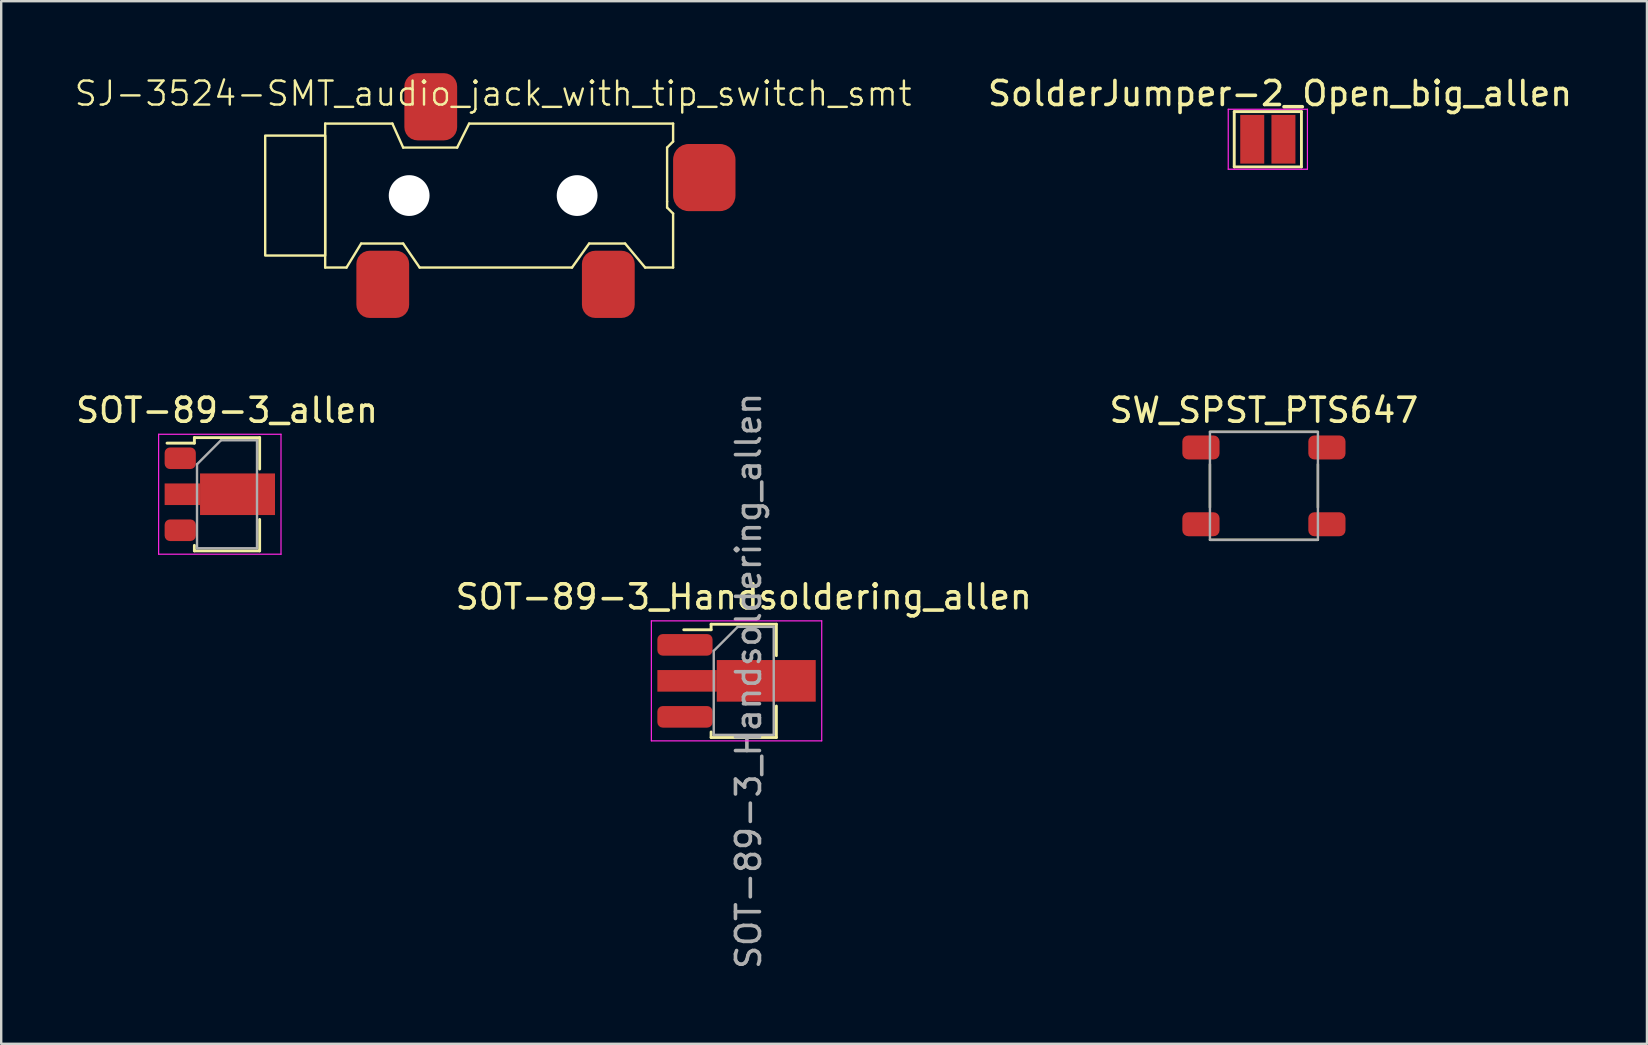
<source format=kicad_pcb>
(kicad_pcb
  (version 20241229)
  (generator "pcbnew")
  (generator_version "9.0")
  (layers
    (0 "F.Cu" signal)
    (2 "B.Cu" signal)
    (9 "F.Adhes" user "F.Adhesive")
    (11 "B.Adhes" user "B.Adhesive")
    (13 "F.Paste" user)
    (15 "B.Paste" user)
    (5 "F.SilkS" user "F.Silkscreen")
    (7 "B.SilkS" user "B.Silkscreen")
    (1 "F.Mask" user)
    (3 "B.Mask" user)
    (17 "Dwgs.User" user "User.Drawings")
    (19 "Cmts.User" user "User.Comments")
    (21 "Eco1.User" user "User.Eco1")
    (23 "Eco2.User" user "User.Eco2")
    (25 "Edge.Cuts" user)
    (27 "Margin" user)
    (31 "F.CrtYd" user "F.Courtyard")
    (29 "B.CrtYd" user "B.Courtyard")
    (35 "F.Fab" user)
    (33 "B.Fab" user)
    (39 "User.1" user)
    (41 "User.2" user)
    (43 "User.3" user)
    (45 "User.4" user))
  (footprint "SJ-3524-SMT_audio_jack_with_tip_switch_smt"
    (layer "F.Cu")
    (at 10.502 5.1)
    (property "Reference" "SJ-3524-SMT_audio_jack_with_tip_switch_smt" (at 7 -4.25 0) (unlocked yes) (layer "F.SilkS") (effects (font (size 1 1) (thickness 0.1))))
    (attr smd)
    (fp_line (start 0 -3) (end 2.8 -3) (stroke (width 0.1) (type default)) (layer "F.SilkS"))
    (fp_line (start 0 3) (end 0 -3) (stroke (width 0.1) (type default)) (layer "F.SilkS"))
    (fp_line (start 0 3) (end 0.889 3) (stroke (width 0.1) (type default)) (layer "F.SilkS"))
    (fp_line (start 0.889 3) (end 1.5 2) (stroke (width 0.1) (type default)) (layer "F.SilkS"))
    (fp_line (start 1.5 2) (end 3.25 2) (stroke (width 0.1) (type default)) (layer "F.SilkS"))
    (fp_line (start 2.8 -3) (end 3.25 -2) (stroke (width 0.1) (type default)) (layer "F.SilkS"))
    (fp_line (start 3.25 -2) (end 5.5 -2) (stroke (width 0.1) (type default)) (layer "F.SilkS"))
    (fp_line (start 3.25 2) (end 3.937 3) (stroke (width 0.1) (type default)) (layer "F.SilkS"))
    (fp_line (start 3.937 3) (end 10.287 3) (stroke (width 0.1) (type default)) (layer "F.SilkS"))
    (fp_line (start 5.5 -2) (end 6 -3) (stroke (width 0.1) (type default)) (layer "F.SilkS"))
    (fp_line (start 10.287 3) (end 11 2) (stroke (width 0.1) (type default)) (layer "F.SilkS"))
    (fp_line (start 11 2) (end 12.5 2) (stroke (width 0.1) (type default)) (layer "F.SilkS"))
    (fp_line (start 12.5 2) (end 13.335 3) (stroke (width 0.1) (type default)) (layer "F.SilkS"))
    (fp_line (start 14.25 -2) (end 14.25 0.25) (stroke (width 0.1) (type default)) (layer "F.SilkS"))
    (fp_line (start 14.25 0.25) (end 14.25 0.5) (stroke (width 0.1) (type default)) (layer "F.SilkS"))
    (fp_line (start 14.25 0.5) (end 14.5 0.75) (stroke (width 0.1) (type default)) (layer "F.SilkS"))
    (fp_line (start 14.5 -3) (end 6 -3) (stroke (width 0.1) (type default)) (layer "F.SilkS"))
    (fp_line (start 14.5 -2.25) (end 14.25 -2) (stroke (width 0.1) (type default)) (layer "F.SilkS"))
    (fp_line (start 14.5 -2.25) (end 14.5 -3) (stroke (width 0.1) (type default)) (layer "F.SilkS"))
    (fp_line (start 14.5 0.75) (end 14.5 3) (stroke (width 0.1) (type default)) (layer "F.SilkS"))
    (fp_line (start 14.5 3) (end 13.335 3) (stroke (width 0.1) (type default)) (layer "F.SilkS"))
    (fp_rect (start -2.5 -2.5) (end 0 2.5) (stroke (width 0.1) (type default)) (fill no) (layer "F.SilkS"))
    (pad "" np_thru_hole circle (at 3.5 0) (size 1.7 1.7) (drill 1.7) (layers "*.Cu" "*.Mask"))
    (pad "" np_thru_hole circle (at 10.5 0) (size 1.7 1.7) (drill 1.7) (layers "*.Cu" "*.Mask"))
    (pad "R" smd roundrect (at 4.4 -3.7) (size 2.2 2.8) (layers "F.Cu" "F.Mask" "F.Paste") (roundrect_rratio 0.25))
    (pad "S" smd roundrect (at 2.4 3.7) (size 2.2 2.8) (layers "F.Cu" "F.Mask" "F.Paste") (roundrect_rratio 0.25))
    (pad "T" smd roundrect (at 11.8 3.7) (size 2.2 2.8) (layers "F.Cu" "F.Mask" "F.Paste") (roundrect_rratio 0.25))
    (pad "TN" smd roundrect (at 15.8 -0.75) (size 2.6 2.8) (layers "F.Cu" "F.Mask" "F.Paste") (roundrect_rratio 0.25)))
  (footprint "SolderJumper-2_Open_big_allen"
    (layer "F.Cu")
    (at 49.788 2.753)
    (property "Reference" "SolderJumper-2_Open_big_allen" (at 0.508 -1.905 0) (layer "F.SilkS") (effects (font (size 1 1) (thickness 0.15))))
    (attr exclude_from_pos_files exclude_from_bom)
    (fp_line (start -1.4 -1.152) (end 1.4 -1.152) (stroke (width 0.12) (type solid)) (layer "F.SilkS"))
    (fp_line (start -1.4 1.152) (end -1.4 -1.152) (stroke (width 0.12) (type solid)) (layer "F.SilkS"))
    (fp_line (start 1.4 -1.152) (end 1.4 1.152) (stroke (width 0.12) (type solid)) (layer "F.SilkS"))
    (fp_line (start 1.4 1.152) (end -1.4 1.152) (stroke (width 0.12) (type solid)) (layer "F.SilkS"))
    (fp_line (start -1.65 -1.25) (end -1.65 1.25) (stroke (width 0.05) (type solid)) (layer "F.CrtYd"))
    (fp_line (start -1.65 -1.25) (end 1.65 -1.25) (stroke (width 0.05) (type solid)) (layer "F.CrtYd"))
    (fp_line (start 1.65 1.25) (end -1.65 1.25) (stroke (width 0.05) (type solid)) (layer "F.CrtYd"))
    (fp_line (start 1.65 1.25) (end 1.65 -1.25) (stroke (width 0.05) (type solid)) (layer "F.CrtYd"))
    (pad "1" smd rect (at -0.65 0) (size 1 2.032) (layers "F.Cu" "F.Mask"))
    (pad "2" smd rect (at 0.65 0) (size 1 2.032) (layers "F.Cu" "F.Mask")))
  (footprint "SOT-89-3_allen"
    (layer "F.Cu")
    (at 6.111 17.548)
    (property "Reference" "SOT-89-3_allen" (at 0.3 -3.5 0) (layer "F.SilkS") (effects (font (size 1 1) (thickness 0.15))))
    (attr smd)
    (fp_line (start -2.2 -2.13) (end -1.06 -2.13) (stroke (width 0.12) (type solid)) (layer "F.SilkS"))
    (fp_line (start -1.06 -2.36) (end -1.06 -2.13) (stroke (width 0.12) (type solid)) (layer "F.SilkS"))
    (fp_line (start -1.06 -2.36) (end 1.66 -2.36) (stroke (width 0.12) (type solid)) (layer "F.SilkS"))
    (fp_line (start -1.06 2.36) (end -1.06 2.13) (stroke (width 0.12) (type solid)) (layer "F.SilkS"))
    (fp_line (start 1.66 -2.36) (end 1.66 -1.05) (stroke (width 0.12) (type solid)) (layer "F.SilkS"))
    (fp_line (start 1.66 1.05) (end 1.66 2.36) (stroke (width 0.12) (type solid)) (layer "F.SilkS"))
    (fp_line (start 1.66 2.36) (end -1.06 2.36) (stroke (width 0.12) (type solid)) (layer "F.SilkS"))
    (fp_line (start -2.55 2.5) (end -2.55 -2.5) (stroke (width 0.05) (type solid)) (layer "F.CrtYd"))
    (fp_line (start -2.55 2.5) (end 2.55 2.5) (stroke (width 0.05) (type solid)) (layer "F.CrtYd"))
    (fp_line (start 2.55 -2.5) (end -2.55 -2.5) (stroke (width 0.05) (type solid)) (layer "F.CrtYd"))
    (fp_line (start 2.55 -2.5) (end 2.55 2.5) (stroke (width 0.05) (type solid)) (layer "F.CrtYd"))
    (fp_line (start -0.95 -1.25) (end 0.05 -2.25) (stroke (width 0.1) (type solid)) (layer "F.Fab"))
    (fp_line (start -0.95 2.25) (end -0.95 -1.25) (stroke (width 0.1) (type solid)) (layer "F.Fab"))
    (fp_line (start 0.05 -2.25) (end 1.55 -2.25) (stroke (width 0.1) (type solid)) (layer "F.Fab"))
    (fp_line (start 1.55 -2.25) (end 1.55 2.25) (stroke (width 0.1) (type solid)) (layer "F.Fab"))
    (fp_line (start 1.55 2.25) (end -0.95 2.25) (stroke (width 0.1) (type solid)) (layer "F.Fab"))
    (pad "1" smd roundrect (at -1.65 -1.5) (size 1.3 0.9) (layers "F.Cu" "F.Mask" "F.Paste") (roundrect_rratio 0.25))
    (pad "2" smd custom (at -1.562 0) (size 1.475 0.9) (layers "F.Cu" "F.Mask" "F.Paste") (options (anchor rect)) (primitives (gr_poly (pts (xy 3.862 0.867) (xy 0.738 0.867) (xy 0.738 -0.867) (xy 3.862 -0.867)) (width 0) (fill yes))))
    (pad "3" smd roundrect (at -1.65 1.5) (size 1.3 0.9) (layers "F.Cu" "F.Mask" "F.Paste") (roundrect_rratio 0.25)))
  (footprint "SW_SPST_PTS647"
    (layer "F.Cu")
    (at 49.625 17.198)
    (property "Reference" "SW_SPST_PTS647" (at 0 -3.15 0) (layer "F.SilkS") (effects (font (size 1 1) (thickness 0.15))))
    (attr smd)
    (fp_line (start -2.25 -2.25) (end 2.25 -2.25) (stroke (width 0.1) (type default)) (layer "F.SilkS"))
    (fp_line (start -2.25 -0.9) (end -2.25 0.9) (stroke (width 0.1) (type default)) (layer "F.SilkS"))
    (fp_line (start -2.25 2.25) (end 2.25 2.25) (stroke (width 0.1) (type default)) (layer "F.SilkS"))
    (fp_line (start 2.25 0.9) (end 2.25 -0.9) (stroke (width 0.1) (type default)) (layer "F.SilkS"))
    (fp_rect (start -2.25 -2.25) (end 2.25 2.25) (stroke (width 0.1) (type default)) (fill no) (layer "F.Fab"))
    (pad "1" smd roundrect (at -2.625 -1.6) (size 1.55 1) (layers "F.Cu" "F.Mask" "F.Paste") (roundrect_rratio 0.25))
    (pad "1" smd roundrect (at 2.625 -1.6) (size 1.55 1) (layers "F.Cu" "F.Mask" "F.Paste") (roundrect_rratio 0.25))
    (pad "2" smd roundrect (at -2.625 1.6) (size 1.55 1) (layers "F.Cu" "F.Mask" "F.Paste") (roundrect_rratio 0.25))
    (pad "2" smd roundrect (at 2.625 1.6) (size 1.55 1) (layers "F.Cu" "F.Mask" "F.Paste") (roundrect_rratio 0.25)))
  (footprint "SOT-89-3_Handsoldering_allen"
    (layer "F.Cu")
    (at 27.646 25.325)
    (property "Reference" "SOT-89-3_Handsoldering_allen" (at 0.3 -3.5 0) (layer "F.SilkS") (effects (font (size 1 1) (thickness 0.15))))
    (attr smd)
    (fp_line (start -2.2 -2.13) (end -1.06 -2.13) (stroke (width 0.12) (type solid)) (layer "F.SilkS"))
    (fp_line (start -1.06 -2.36) (end -1.06 -2.13) (stroke (width 0.12) (type solid)) (layer "F.SilkS"))
    (fp_line (start -1.06 -2.36) (end 1.66 -2.36) (stroke (width 0.12) (type solid)) (layer "F.SilkS"))
    (fp_line (start -1.06 2.36) (end -1.06 2.13) (stroke (width 0.12) (type solid)) (layer "F.SilkS"))
    (fp_line (start 1.66 -2.36) (end 1.66 -1.05) (stroke (width 0.12) (type solid)) (layer "F.SilkS"))
    (fp_line (start 1.66 1.05) (end 1.66 2.36) (stroke (width 0.12) (type solid)) (layer "F.SilkS"))
    (fp_line (start 1.66 2.36) (end -1.06 2.36) (stroke (width 0.12) (type solid)) (layer "F.SilkS"))
    (fp_line (start -3.55 2.5) (end -3.55 -2.5) (stroke (width 0.05) (type solid)) (layer "F.CrtYd"))
    (fp_line (start -3.55 2.5) (end 3.55 2.5) (stroke (width 0.05) (type solid)) (layer "F.CrtYd"))
    (fp_line (start 3.55 -2.5) (end -3.55 -2.5) (stroke (width 0.05) (type solid)) (layer "F.CrtYd"))
    (fp_line (start 3.55 -2.5) (end 3.55 2.5) (stroke (width 0.05) (type solid)) (layer "F.CrtYd"))
    (fp_line (start -0.95 -1.25) (end 0.05 -2.25) (stroke (width 0.1) (type solid)) (layer "F.Fab"))
    (fp_line (start -0.95 2.25) (end -0.95 -1.25) (stroke (width 0.1) (type solid)) (layer "F.Fab"))
    (fp_line (start 0.05 -2.25) (end 1.55 -2.25) (stroke (width 0.1) (type solid)) (layer "F.Fab"))
    (fp_line (start 1.55 -2.25) (end 1.55 2.25) (stroke (width 0.1) (type solid)) (layer "F.Fab"))
    (fp_line (start 1.55 2.25) (end -0.95 2.25) (stroke (width 0.1) (type solid)) (layer "F.Fab"))
    (fp_text user "${REFERENCE}" (at 0.5 0 90) (layer "F.Fab") (effects (font (size 1 1) (thickness 0.15))))
    (pad "1" smd roundrect (at -2.15 -1.5) (size 2.3 0.9) (layers "F.Cu" "F.Mask" "F.Paste") (roundrect_rratio 0.25))
    (pad "2" smd custom (at -2.062 0) (size 2.475 0.9) (layers "F.Cu" "F.Mask" "F.Paste") (options (anchor rect)) (primitives (gr_poly (pts (xy 5.362 0.867) (xy 1.238 0.867) (xy 1.238 -0.867) (xy 5.362 -0.867)) (width 0) (fill yes))))
    (pad "3" smd roundrect (at -2.15 1.5) (size 2.3 0.9) (layers "F.Cu" "F.Mask" "F.Paste") (roundrect_rratio 0.25)))
  (gr_rect
    (start -3 -3)
    (end 65.588 40.45)
    (stroke (width 0.1) (type default))
    (fill no)
    (layer "Edge.Cuts")))
</source>
